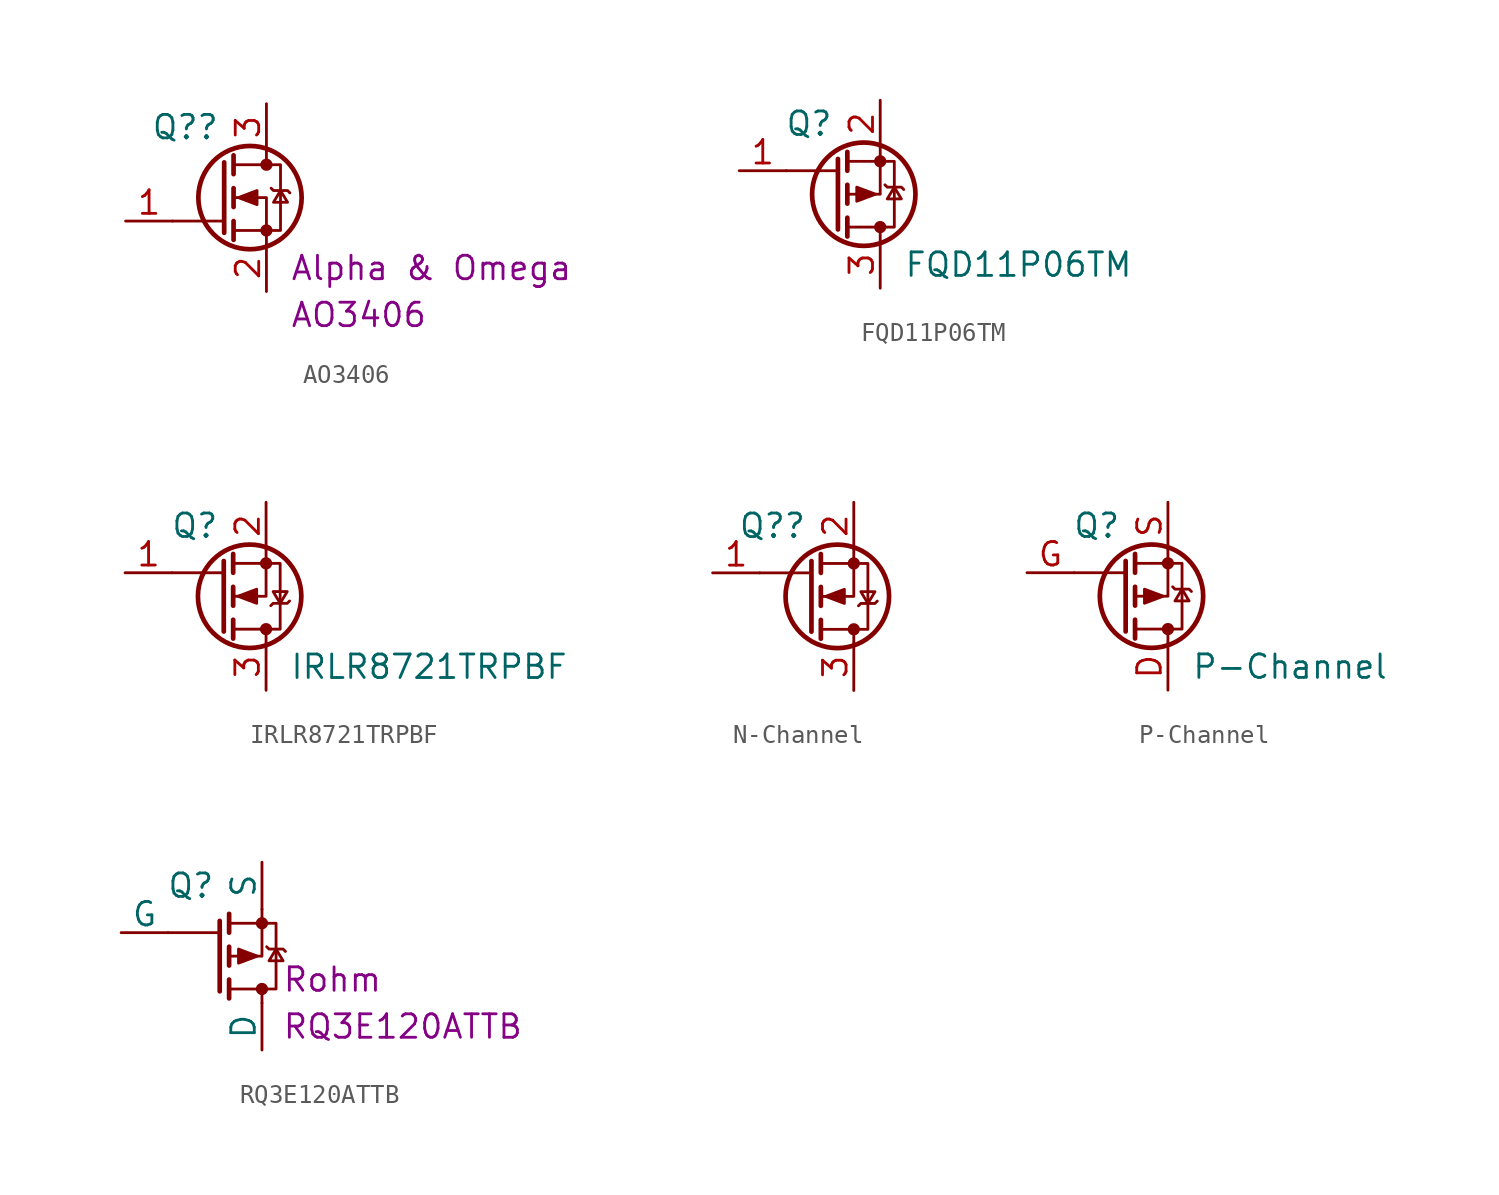
<source format=kicad_sym>
(kicad_symbol_lib
  (version 20211014)
  (generator kicad_symbol_editor)
  (symbol "AO3406"
    (pin_names
      (offset 1.016) hide)
    (property "Reference" "Q?"
      (at 0 3.81 0)
      (effects (font (size 1.27 1.27)) (justify right)))
    (property "MPN" "AO3406"
      (at 3.81 -6.35 0)
      (effects (font (size 1.27 1.27)) (justify left)))
    (property "Manufacturer" "Alpha & Omega"
      (at 3.81 -3.81 0)
      (effects (font (size 1.27 1.27)) (justify left)))
    (symbol "AO3406_1_1"
      (polyline (pts (xy 0.254 -1.27) (xy -2.54 -1.27)) (stroke (width 0) (type default) (color 0 0 0 0)) (fill (type none)))
      (polyline (pts (xy 0.254 1.905) (xy 0.254 -1.905)) (stroke (width 0.254) (type default) (color 0 0 0 0)) (fill (type none)))
      (polyline (pts (xy 0.762 -1.27) (xy 0.762 -2.286)) (stroke (width 0.254) (type default) (color 0 0 0 0)) (fill (type none)))
      (polyline (pts (xy 0.762 0.508) (xy 0.762 -0.508)) (stroke (width 0.254) (type default) (color 0 0 0 0)) (fill (type none)))
      (polyline (pts (xy 0.762 2.286) (xy 0.762 1.27)) (stroke (width 0.254) (type default) (color 0 0 0 0)) (fill (type none)))
      (polyline (pts (xy 2.54 2.54) (xy 2.54 1.778)) (stroke (width 0) (type default) (color 0 0 0 0)) (fill (type none)))
      (polyline (pts (xy 2.54 -2.54) (xy 2.54 0) (xy 0.762 0)) (stroke (width 0) (type default) (color 0 0 0 0)) (fill (type none)))
      (polyline (pts (xy 0.762 -1.778) (xy 3.302 -1.778) (xy 3.302 1.778) (xy 0.762 1.778)) (stroke (width 0) (type default) (color 0 0 0 0)) (fill (type none)))
      (polyline (pts (xy 1.016 0) (xy 2.032 0.381) (xy 2.032 -0.381) (xy 1.016 0)) (stroke (width 0) (type default) (color 0 0 0 0)) (fill (type outline)))
      (polyline (pts (xy 2.794 0.508) (xy 2.921 0.381) (xy 3.683 0.381) (xy 3.81 0.254)) (stroke (width 0) (type default) (color 0 0 0 0)) (fill (type none)))
      (polyline (pts (xy 3.302 0.381) (xy 2.921 -0.254) (xy 3.683 -0.254) (xy 3.302 0.381)) (stroke (width 0) (type default) (color 0 0 0 0)) (fill (type none)))
      (circle (center 1.651 0) (radius 2.794) (stroke (width 0.254) (type default) (color 0 0 0 0)) (fill (type none)))
      (circle (center 2.54 -1.778) (radius 0.254) (stroke (width 0) (type default) (color 0 0 0 0)) (fill (type outline)))
      (circle (center 2.54 1.778) (radius 0.254) (stroke (width 0) (type default) (color 0 0 0 0)) (fill (type outline)))
      (pin input line (at -5.08 -1.27 0) (length 2.54) (name "G" (effects (font (size 1.27 1.27)))) (number "1" (effects (font (size 1.27 1.27)))))
      (pin passive line (at 2.54 -5.08 90) (length 2.54) (name "S" (effects (font (size 1.27 1.27)))) (number "2" (effects (font (size 1.27 1.27)))))
      (pin passive line (at 2.54 5.08 270) (length 2.54) (name "D" (effects (font (size 1.27 1.27)))) (number "3" (effects (font (size 1.27 1.27)))))))
  (symbol "FQD11P06TM"
    (pin_names
      (offset 1.016) hide)
    (property "Reference" "Q"
      (at 0 3.81 0)
      (effects (font (size 1.27 1.27)) (justify right)))
    (property "Value" "FQD11P06TM"
      (at 3.81 -3.81 0)
      (effects (font (size 1.27 1.27)) (justify left)))
    (symbol "FQD11P06TM_1_1"
      (polyline (pts (xy 0.254 -1.905) (xy 0.254 1.905)) (stroke (width 0.254) (type default) (color 0 0 0 0)) (fill (type none)))
      (polyline (pts (xy 0.254 1.27) (xy -2.54 1.27)) (stroke (width 0) (type default) (color 0 0 0 0)) (fill (type none)))
      (polyline (pts (xy 0.762 -2.286) (xy 0.762 -1.27)) (stroke (width 0.254) (type default) (color 0 0 0 0)) (fill (type none)))
      (polyline (pts (xy 0.762 -0.508) (xy 0.762 0.508)) (stroke (width 0.254) (type default) (color 0 0 0 0)) (fill (type none)))
      (polyline (pts (xy 0.762 1.27) (xy 0.762 2.286)) (stroke (width 0.254) (type default) (color 0 0 0 0)) (fill (type none)))
      (polyline (pts (xy 2.54 -2.54) (xy 2.54 -1.778)) (stroke (width 0) (type default) (color 0 0 0 0)) (fill (type none)))
      (polyline (pts (xy 2.54 2.54) (xy 2.54 0) (xy 0.762 0)) (stroke (width 0) (type default) (color 0 0 0 0)) (fill (type none)))
      (polyline (pts (xy 0.762 -1.778) (xy 3.302 -1.778) (xy 3.302 1.778) (xy 0.762 1.778)) (stroke (width 0) (type default) (color 0 0 0 0)) (fill (type none)))
      (polyline (pts (xy 2.286 0) (xy 1.27 -0.381) (xy 1.27 0.381) (xy 2.286 0)) (stroke (width 0) (type default) (color 0 0 0 0)) (fill (type outline)))
      (polyline (pts (xy 2.794 0.508) (xy 2.921 0.381) (xy 3.683 0.381) (xy 3.81 0.254)) (stroke (width 0) (type default) (color 0 0 0 0)) (fill (type none)))
      (polyline (pts (xy 3.302 0.381) (xy 2.921 -0.254) (xy 3.683 -0.254) (xy 3.302 0.381)) (stroke (width 0) (type default) (color 0 0 0 0)) (fill (type none)))
      (circle (center 1.651 0) (radius 2.794) (stroke (width 0.254) (type default) (color 0 0 0 0)) (fill (type none)))
      (circle (center 2.54 -1.778) (radius 0.254) (stroke (width 0) (type default) (color 0 0 0 0)) (fill (type outline)))
      (circle (center 2.54 1.778) (radius 0.254) (stroke (width 0) (type default) (color 0 0 0 0)) (fill (type outline)))
      (pin input line (at -5.08 1.27 0) (length 2.54) (name "G" (effects (font (size 1.27 1.27)))) (number "1" (effects (font (size 1.27 1.27)))))
      (pin passive line (at 2.54 5.08 270) (length 2.54) (name "S" (effects (font (size 1.27 1.27)))) (number "2" (effects (font (size 1.27 1.27)))))
      (pin passive line (at 2.54 -5.08 90) (length 2.54) (name "D" (effects (font (size 1.27 1.27)))) (number "3" (effects (font (size 1.27 1.27)))))))
  (symbol "IRLR8721TRPBF"
    (pin_names
      (offset 1.016) hide)
    (property "Reference" "Q"
      (at 0 3.81 0)
      (effects (font (size 1.27 1.27)) (justify right)))
    (property "Value" "IRLR8721TRPBF"
      (at 3.81 -3.81 0)
      (effects (font (size 1.27 1.27)) (justify left)))
    (symbol "IRLR8721TRPBF_1_1"
      (polyline (pts (xy 0.254 -1.905) (xy 0.254 1.905)) (stroke (width 0.254) (type default) (color 0 0 0 0)) (fill (type none)))
      (polyline (pts (xy 0.254 1.27) (xy -2.54 1.27)) (stroke (width 0) (type default) (color 0 0 0 0)) (fill (type none)))
      (polyline (pts (xy 0.762 -2.286) (xy 0.762 -1.27)) (stroke (width 0.254) (type default) (color 0 0 0 0)) (fill (type none)))
      (polyline (pts (xy 0.762 -0.508) (xy 0.762 0.508)) (stroke (width 0.254) (type default) (color 0 0 0 0)) (fill (type none)))
      (polyline (pts (xy 0.762 1.27) (xy 0.762 2.286)) (stroke (width 0.254) (type default) (color 0 0 0 0)) (fill (type none)))
      (polyline (pts (xy 2.54 -2.54) (xy 2.54 -1.778)) (stroke (width 0) (type default) (color 0 0 0 0)) (fill (type none)))
      (polyline (pts (xy 2.54 2.54) (xy 2.54 0) (xy 0.762 0)) (stroke (width 0) (type default) (color 0 0 0 0)) (fill (type none)))
      (polyline (pts (xy 0.762 1.778) (xy 3.302 1.778) (xy 3.302 -1.778) (xy 0.762 -1.778)) (stroke (width 0) (type default) (color 0 0 0 0)) (fill (type none)))
      (polyline (pts (xy 1.016 0) (xy 2.032 -0.381) (xy 2.032 0.381) (xy 1.016 0)) (stroke (width 0) (type default) (color 0 0 0 0)) (fill (type outline)))
      (polyline (pts (xy 2.794 -0.508) (xy 2.921 -0.381) (xy 3.683 -0.381) (xy 3.81 -0.254)) (stroke (width 0) (type default) (color 0 0 0 0)) (fill (type none)))
      (polyline (pts (xy 3.302 -0.381) (xy 2.921 0.254) (xy 3.683 0.254) (xy 3.302 -0.381)) (stroke (width 0) (type default) (color 0 0 0 0)) (fill (type none)))
      (circle (center 1.651 0) (radius 2.794) (stroke (width 0.254) (type default) (color 0 0 0 0)) (fill (type none)))
      (circle (center 2.54 -1.778) (radius 0.254) (stroke (width 0) (type default) (color 0 0 0 0)) (fill (type outline)))
      (circle (center 2.54 1.778) (radius 0.254) (stroke (width 0) (type default) (color 0 0 0 0)) (fill (type outline)))
      (pin input line (at -5.08 1.27 0) (length 2.54) (name "G" (effects (font (size 1.27 1.27)))) (number "1" (effects (font (size 1.27 1.27)))))
      (pin passive line (at 2.54 5.08 270) (length 2.54) (name "S" (effects (font (size 1.27 1.27)))) (number "2" (effects (font (size 1.27 1.27)))))
      (pin passive line (at 2.54 -5.08 90) (length 2.54) (name "D" (effects (font (size 1.27 1.27)))) (number "3" (effects (font (size 1.27 1.27)))))))
  (symbol "N-Channel"
    (pin_names
      (offset 1.016) hide)
    (property "Reference" "Q?"
      (at 0 3.81 0)
      (effects (font (size 1.27 1.27)) (justify right)))
    (symbol "N-Channel_1_1"
      (polyline (pts (xy 0.254 -1.905) (xy 0.254 1.905)) (stroke (width 0.254) (type default) (color 0 0 0 0)) (fill (type none)))
      (polyline (pts (xy 0.254 1.27) (xy -2.54 1.27)) (stroke (width 0) (type default) (color 0 0 0 0)) (fill (type none)))
      (polyline (pts (xy 0.762 -2.286) (xy 0.762 -1.27)) (stroke (width 0.254) (type default) (color 0 0 0 0)) (fill (type none)))
      (polyline (pts (xy 0.762 -0.508) (xy 0.762 0.508)) (stroke (width 0.254) (type default) (color 0 0 0 0)) (fill (type none)))
      (polyline (pts (xy 0.762 1.27) (xy 0.762 2.286)) (stroke (width 0.254) (type default) (color 0 0 0 0)) (fill (type none)))
      (polyline (pts (xy 2.54 -2.54) (xy 2.54 -1.778)) (stroke (width 0) (type default) (color 0 0 0 0)) (fill (type none)))
      (polyline (pts (xy 2.54 2.54) (xy 2.54 0) (xy 0.762 0)) (stroke (width 0) (type default) (color 0 0 0 0)) (fill (type none)))
      (polyline (pts (xy 0.762 1.778) (xy 3.302 1.778) (xy 3.302 -1.778) (xy 0.762 -1.778)) (stroke (width 0) (type default) (color 0 0 0 0)) (fill (type none)))
      (polyline (pts (xy 1.016 0) (xy 2.032 -0.381) (xy 2.032 0.381) (xy 1.016 0)) (stroke (width 0) (type default) (color 0 0 0 0)) (fill (type outline)))
      (polyline (pts (xy 2.794 -0.508) (xy 2.921 -0.381) (xy 3.683 -0.381) (xy 3.81 -0.254)) (stroke (width 0) (type default) (color 0 0 0 0)) (fill (type none)))
      (polyline (pts (xy 3.302 -0.381) (xy 2.921 0.254) (xy 3.683 0.254) (xy 3.302 -0.381)) (stroke (width 0) (type default) (color 0 0 0 0)) (fill (type none)))
      (circle (center 1.651 0) (radius 2.794) (stroke (width 0.254) (type default) (color 0 0 0 0)) (fill (type none)))
      (circle (center 2.54 -1.778) (radius 0.254) (stroke (width 0) (type default) (color 0 0 0 0)) (fill (type outline)))
      (circle (center 2.54 1.778) (radius 0.254) (stroke (width 0) (type default) (color 0 0 0 0)) (fill (type outline)))
      (pin input line (at -5.08 1.27 0) (length 2.54) (name "G" (effects (font (size 1.27 1.27)))) (number "1" (effects (font (size 1.27 1.27)))))
      (pin passive line (at 2.54 5.08 270) (length 2.54) (name "S" (effects (font (size 1.27 1.27)))) (number "2" (effects (font (size 1.27 1.27)))))
      (pin passive line (at 2.54 -5.08 90) (length 2.54) (name "D" (effects (font (size 1.27 1.27)))) (number "3" (effects (font (size 1.27 1.27)))))))
  (symbol "P-Channel"
    (pin_names
      (offset 1.016) hide)
    (property "Reference" "Q"
      (at 0 3.81 0)
      (effects (font (size 1.27 1.27)) (justify right)))
    (property "Value" "P-Channel"
      (at 3.81 -3.81 0)
      (effects (font (size 1.27 1.27)) (justify left)))
    (symbol "P-Channel_1_1"
      (polyline (pts (xy 0.254 -1.905) (xy 0.254 1.905)) (stroke (width 0.254) (type default) (color 0 0 0 0)) (fill (type none)))
      (polyline (pts (xy 0.254 1.27) (xy -2.54 1.27)) (stroke (width 0) (type default) (color 0 0 0 0)) (fill (type none)))
      (polyline (pts (xy 0.762 -2.286) (xy 0.762 -1.27)) (stroke (width 0.254) (type default) (color 0 0 0 0)) (fill (type none)))
      (polyline (pts (xy 0.762 -0.508) (xy 0.762 0.508)) (stroke (width 0.254) (type default) (color 0 0 0 0)) (fill (type none)))
      (polyline (pts (xy 0.762 1.27) (xy 0.762 2.286)) (stroke (width 0.254) (type default) (color 0 0 0 0)) (fill (type none)))
      (polyline (pts (xy 2.54 -2.54) (xy 2.54 -1.778)) (stroke (width 0) (type default) (color 0 0 0 0)) (fill (type none)))
      (polyline (pts (xy 2.54 2.54) (xy 2.54 0) (xy 0.762 0)) (stroke (width 0) (type default) (color 0 0 0 0)) (fill (type none)))
      (polyline (pts (xy 0.762 -1.778) (xy 3.302 -1.778) (xy 3.302 1.778) (xy 0.762 1.778)) (stroke (width 0) (type default) (color 0 0 0 0)) (fill (type none)))
      (polyline (pts (xy 2.286 0) (xy 1.27 -0.381) (xy 1.27 0.381) (xy 2.286 0)) (stroke (width 0) (type default) (color 0 0 0 0)) (fill (type outline)))
      (polyline (pts (xy 2.794 0.508) (xy 2.921 0.381) (xy 3.683 0.381) (xy 3.81 0.254)) (stroke (width 0) (type default) (color 0 0 0 0)) (fill (type none)))
      (polyline (pts (xy 3.302 0.381) (xy 2.921 -0.254) (xy 3.683 -0.254) (xy 3.302 0.381)) (stroke (width 0) (type default) (color 0 0 0 0)) (fill (type none)))
      (circle (center 1.651 0) (radius 2.794) (stroke (width 0.254) (type default) (color 0 0 0 0)) (fill (type none)))
      (circle (center 2.54 -1.778) (radius 0.254) (stroke (width 0) (type default) (color 0 0 0 0)) (fill (type outline)))
      (circle (center 2.54 1.778) (radius 0.254) (stroke (width 0) (type default) (color 0 0 0 0)) (fill (type outline)))
      (pin passive line (at 2.54 -5.08 90) (length 2.54) (name "D" (effects (font (size 1.27 1.27)))) (number "D" (effects (font (size 1.27 1.27)))))
      (pin input line (at -5.08 1.27 0) (length 2.54) (name "G" (effects (font (size 1.27 1.27)))) (number "G" (effects (font (size 1.27 1.27)))))
      (pin passive line (at 2.54 5.08 270) (length 2.54) (name "S" (effects (font (size 1.27 1.27)))) (number "S" (effects (font (size 1.27 1.27)))))))
  (symbol "RQ3E120ATTB"
    (pin_numbers hide)
    (pin_names
      (offset 0))
    (property "Reference" "Q"
      (at -1.27 3.81 0)
      (effects (font (size 1.27 1.27)) (justify right)))
    (property "Manufacturer" "Rohm"
      (at 5.08 -1.27 0)
      (effects (font (size 1.27 1.27))))
    (property "MPN" "RQ3E120ATTB"
      (at 8.89 -3.81 0)
      (effects (font (size 1.27 1.27))))
    (symbol "RQ3E120ATTB_1_1"
      (polyline (pts (xy -1.016 -1.905) (xy -1.016 1.905)) (stroke (width 0.254) (type default) (color 0 0 0 0)) (fill (type none)))
      (polyline (pts (xy -1.016 1.27) (xy -3.81 1.27)) (stroke (width 0) (type default) (color 0 0 0 0)) (fill (type none)))
      (polyline (pts (xy -0.508 -2.286) (xy -0.508 -1.27)) (stroke (width 0.254) (type default) (color 0 0 0 0)) (fill (type none)))
      (polyline (pts (xy -0.508 -0.508) (xy -0.508 0.508)) (stroke (width 0.254) (type default) (color 0 0 0 0)) (fill (type none)))
      (polyline (pts (xy -0.508 1.27) (xy -0.508 2.286)) (stroke (width 0.254) (type default) (color 0 0 0 0)) (fill (type none)))
      (polyline (pts (xy 1.27 -2.54) (xy 1.27 -1.778)) (stroke (width 0) (type default) (color 0 0 0 0)) (fill (type none)))
      (polyline (pts (xy 1.27 2.54) (xy 1.27 0) (xy -0.508 0)) (stroke (width 0) (type default) (color 0 0 0 0)) (fill (type none)))
      (polyline (pts (xy -0.508 -1.778) (xy 2.032 -1.778) (xy 2.032 1.778) (xy -0.508 1.778)) (stroke (width 0) (type default) (color 0 0 0 0)) (fill (type none)))
      (polyline (pts (xy 1.016 0) (xy 0 -0.381) (xy 0 0.381) (xy 1.016 0)) (stroke (width 0) (type default) (color 0 0 0 0)) (fill (type outline)))
      (polyline (pts (xy 1.524 0.508) (xy 1.651 0.381) (xy 2.413 0.381) (xy 2.54 0.254)) (stroke (width 0) (type default) (color 0 0 0 0)) (fill (type none)))
      (polyline (pts (xy 2.032 0.381) (xy 1.651 -0.254) (xy 2.413 -0.254) (xy 2.032 0.381)) (stroke (width 0) (type default) (color 0 0 0 0)) (fill (type none)))
      (circle (center 1.27 -1.778) (radius 0.254) (stroke (width 0) (type default) (color 0 0 0 0)) (fill (type outline)))
      (circle (center 1.27 1.778) (radius 0.254) (stroke (width 0) (type default) (color 0 0 0 0)) (fill (type outline)))
      (pin passive line (at 1.27 5.08 270) (length 2.54) (name "S" (effects (font (size 1.27 1.27)))) (number "1,2,3" (effects (font (size 1.27 1.27)))))
      (pin input line (at -6.35 1.27 0) (length 2.54) (name "G" (effects (font (size 1.27 1.27)))) (number "4" (effects (font (size 1.27 1.27)))))
      (pin passive line (at 1.27 -5.08 90) (length 2.54) (name "D" (effects (font (size 1.27 1.27)))) (number "5" (effects (font (size 1.27 1.27))))))))
</source>
